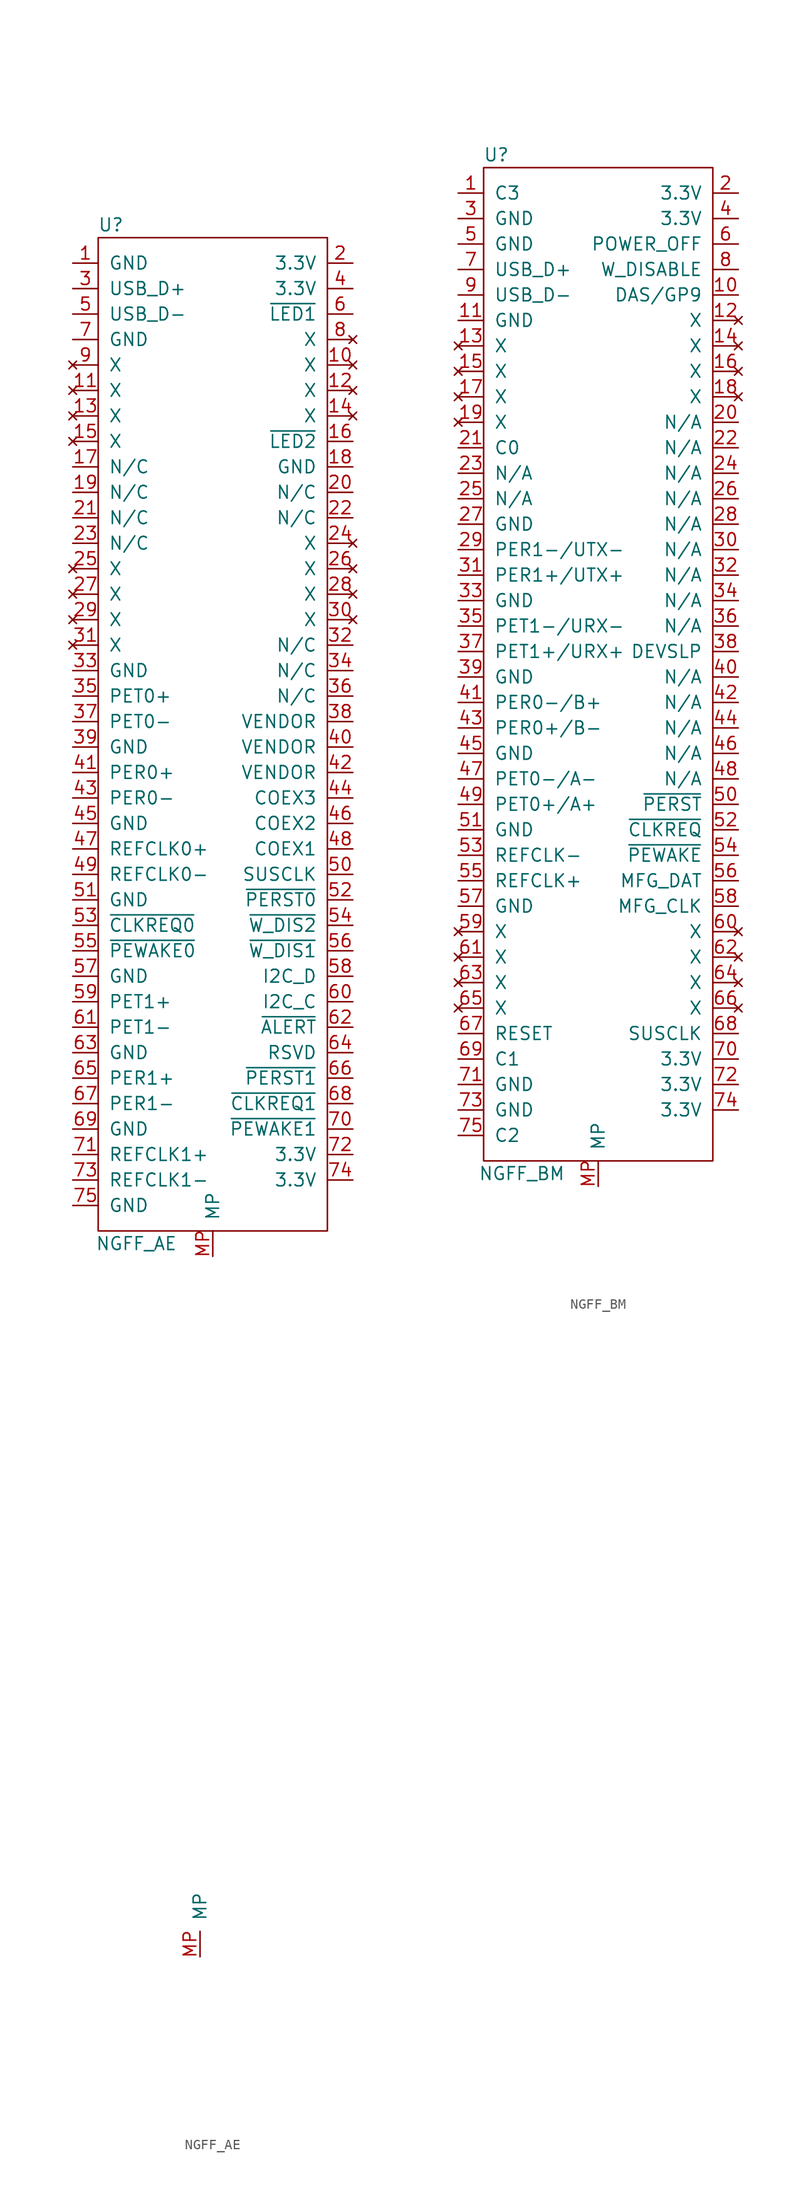
<source format=kicad_sym>
(kicad_symbol_lib
  (version 20211014)
  (generator kicad_symbol_editor)
  (symbol "NGFF_AE"
    (pin_names
      (offset 1.016))
    (property "Reference" "U"
      (at -10.16 35.56 0)
      (effects (font (size 1.27 1.27))))
    (property "Value" "NGFF_AE"
      (at -7.62 -66.04 0)
      (effects (font (size 1.27 1.27))))
    (symbol "NGFF_AE_0_1"
      (rectangle (start -11.43 34.29) (end 11.43 -64.77) (stroke (width 0) (type default) (color 0 0 0 0)) (fill (type none))))
    (symbol "NGFF_AE_1_1"
      (pin input line (at -13.97 31.75 0) (length 2.54) (name "GND" (effects (font (size 1.27 1.27)))) (number "1" (effects (font (size 1.27 1.27)))))
      (pin no_connect line (at 13.97 21.59 180) (length 2.54) (name "X" (effects (font (size 1.27 1.27)))) (number "10" (effects (font (size 1.27 1.27)))))
      (pin no_connect line (at -13.97 19.05 0) (length 2.54) (name "X" (effects (font (size 1.27 1.27)))) (number "11" (effects (font (size 1.27 1.27)))))
      (pin no_connect line (at 13.97 19.05 180) (length 2.54) (name "X" (effects (font (size 1.27 1.27)))) (number "12" (effects (font (size 1.27 1.27)))))
      (pin no_connect line (at -13.97 16.51 0) (length 2.54) (name "X" (effects (font (size 1.27 1.27)))) (number "13" (effects (font (size 1.27 1.27)))))
      (pin no_connect line (at 13.97 16.51 180) (length 2.54) (name "X" (effects (font (size 1.27 1.27)))) (number "14" (effects (font (size 1.27 1.27)))))
      (pin no_connect line (at -13.97 13.97 0) (length 2.54) (name "X" (effects (font (size 1.27 1.27)))) (number "15" (effects (font (size 1.27 1.27)))))
      (pin input line (at 13.97 13.97 180) (length 2.54) (name "~{LED2}" (effects (font (size 1.27 1.27)))) (number "16" (effects (font (size 1.27 1.27)))))
      (pin input line (at -13.97 11.43 0) (length 2.54) (name "N/C" (effects (font (size 1.27 1.27)))) (number "17" (effects (font (size 1.27 1.27)))))
      (pin input line (at 13.97 11.43 180) (length 2.54) (name "GND" (effects (font (size 1.27 1.27)))) (number "18" (effects (font (size 1.27 1.27)))))
      (pin input line (at -13.97 8.89 0) (length 2.54) (name "N/C" (effects (font (size 1.27 1.27)))) (number "19" (effects (font (size 1.27 1.27)))))
      (pin input line (at 13.97 31.75 180) (length 2.54) (name "3.3V" (effects (font (size 1.27 1.27)))) (number "2" (effects (font (size 1.27 1.27)))))
      (pin input line (at 13.97 8.89 180) (length 2.54) (name "N/C" (effects (font (size 1.27 1.27)))) (number "20" (effects (font (size 1.27 1.27)))))
      (pin input line (at -13.97 6.35 0) (length 2.54) (name "N/C" (effects (font (size 1.27 1.27)))) (number "21" (effects (font (size 1.27 1.27)))))
      (pin input line (at 13.97 6.35 180) (length 2.54) (name "N/C" (effects (font (size 1.27 1.27)))) (number "22" (effects (font (size 1.27 1.27)))))
      (pin input line (at -13.97 3.81 0) (length 2.54) (name "N/C" (effects (font (size 1.27 1.27)))) (number "23" (effects (font (size 1.27 1.27)))))
      (pin no_connect line (at 13.97 3.81 180) (length 2.54) (name "X" (effects (font (size 1.27 1.27)))) (number "24" (effects (font (size 1.27 1.27)))))
      (pin no_connect line (at -13.97 1.27 0) (length 2.54) (name "X" (effects (font (size 1.27 1.27)))) (number "25" (effects (font (size 1.27 1.27)))))
      (pin no_connect line (at 13.97 1.27 180) (length 2.54) (name "X" (effects (font (size 1.27 1.27)))) (number "26" (effects (font (size 1.27 1.27)))))
      (pin no_connect line (at -13.97 -1.27 0) (length 2.54) (name "X" (effects (font (size 1.27 1.27)))) (number "27" (effects (font (size 1.27 1.27)))))
      (pin no_connect line (at 13.97 -1.27 180) (length 2.54) (name "X" (effects (font (size 1.27 1.27)))) (number "28" (effects (font (size 1.27 1.27)))))
      (pin no_connect line (at -13.97 -3.81 0) (length 2.54) (name "X" (effects (font (size 1.27 1.27)))) (number "29" (effects (font (size 1.27 1.27)))))
      (pin input line (at -13.97 29.21 0) (length 2.54) (name "USB_D+" (effects (font (size 1.27 1.27)))) (number "3" (effects (font (size 1.27 1.27)))))
      (pin no_connect line (at 13.97 -3.81 180) (length 2.54) (name "X" (effects (font (size 1.27 1.27)))) (number "30" (effects (font (size 1.27 1.27)))))
      (pin no_connect line (at -13.97 -6.35 0) (length 2.54) (name "X" (effects (font (size 1.27 1.27)))) (number "31" (effects (font (size 1.27 1.27)))))
      (pin input line (at 13.97 -6.35 180) (length 2.54) (name "N/C" (effects (font (size 1.27 1.27)))) (number "32" (effects (font (size 1.27 1.27)))))
      (pin input line (at -13.97 -8.89 0) (length 2.54) (name "GND" (effects (font (size 1.27 1.27)))) (number "33" (effects (font (size 1.27 1.27)))))
      (pin input line (at 13.97 -8.89 180) (length 2.54) (name "N/C" (effects (font (size 1.27 1.27)))) (number "34" (effects (font (size 1.27 1.27)))))
      (pin input line (at -13.97 -11.43 0) (length 2.54) (name "PET0+" (effects (font (size 1.27 1.27)))) (number "35" (effects (font (size 1.27 1.27)))))
      (pin input line (at 13.97 -11.43 180) (length 2.54) (name "N/C" (effects (font (size 1.27 1.27)))) (number "36" (effects (font (size 1.27 1.27)))))
      (pin input line (at -13.97 -13.97 0) (length 2.54) (name "PET0-" (effects (font (size 1.27 1.27)))) (number "37" (effects (font (size 1.27 1.27)))))
      (pin input line (at 13.97 -13.97 180) (length 2.54) (name "VENDOR" (effects (font (size 1.27 1.27)))) (number "38" (effects (font (size 1.27 1.27)))))
      (pin input line (at -13.97 -16.51 0) (length 2.54) (name "GND" (effects (font (size 1.27 1.27)))) (number "39" (effects (font (size 1.27 1.27)))))
      (pin input line (at 13.97 29.21 180) (length 2.54) (name "3.3V" (effects (font (size 1.27 1.27)))) (number "4" (effects (font (size 1.27 1.27)))))
      (pin input line (at 13.97 -16.51 180) (length 2.54) (name "VENDOR" (effects (font (size 1.27 1.27)))) (number "40" (effects (font (size 1.27 1.27)))))
      (pin input line (at -13.97 -19.05 0) (length 2.54) (name "PER0+" (effects (font (size 1.27 1.27)))) (number "41" (effects (font (size 1.27 1.27)))))
      (pin input line (at 13.97 -19.05 180) (length 2.54) (name "VENDOR" (effects (font (size 1.27 1.27)))) (number "42" (effects (font (size 1.27 1.27)))))
      (pin input line (at -13.97 -21.59 0) (length 2.54) (name "PER0-" (effects (font (size 1.27 1.27)))) (number "43" (effects (font (size 1.27 1.27)))))
      (pin input line (at 13.97 -21.59 180) (length 2.54) (name "COEX3" (effects (font (size 1.27 1.27)))) (number "44" (effects (font (size 1.27 1.27)))))
      (pin input line (at -13.97 -24.13 0) (length 2.54) (name "GND" (effects (font (size 1.27 1.27)))) (number "45" (effects (font (size 1.27 1.27)))))
      (pin input line (at 13.97 -24.13 180) (length 2.54) (name "COEX2" (effects (font (size 1.27 1.27)))) (number "46" (effects (font (size 1.27 1.27)))))
      (pin input line (at -13.97 -26.67 0) (length 2.54) (name "REFCLK0+" (effects (font (size 1.27 1.27)))) (number "47" (effects (font (size 1.27 1.27)))))
      (pin input line (at 13.97 -26.67 180) (length 2.54) (name "COEX1" (effects (font (size 1.27 1.27)))) (number "48" (effects (font (size 1.27 1.27)))))
      (pin input line (at -13.97 -29.21 0) (length 2.54) (name "REFCLK0-" (effects (font (size 1.27 1.27)))) (number "49" (effects (font (size 1.27 1.27)))))
      (pin input line (at -13.97 26.67 0) (length 2.54) (name "USB_D-" (effects (font (size 1.27 1.27)))) (number "5" (effects (font (size 1.27 1.27)))))
      (pin input line (at 13.97 -29.21 180) (length 2.54) (name "SUSCLK" (effects (font (size 1.27 1.27)))) (number "50" (effects (font (size 1.27 1.27)))))
      (pin input line (at -13.97 -31.75 0) (length 2.54) (name "GND" (effects (font (size 1.27 1.27)))) (number "51" (effects (font (size 1.27 1.27)))))
      (pin input line (at 13.97 -31.75 180) (length 2.54) (name "~{PERST0}" (effects (font (size 1.27 1.27)))) (number "52" (effects (font (size 1.27 1.27)))))
      (pin input line (at -13.97 -34.29 0) (length 2.54) (name "~{CLKREQ0}" (effects (font (size 1.27 1.27)))) (number "53" (effects (font (size 1.27 1.27)))))
      (pin input line (at 13.97 -34.29 180) (length 2.54) (name "~{W_DIS2}" (effects (font (size 1.27 1.27)))) (number "54" (effects (font (size 1.27 1.27)))))
      (pin input line (at -13.97 -36.83 0) (length 2.54) (name "~{PEWAKE0}" (effects (font (size 1.27 1.27)))) (number "55" (effects (font (size 1.27 1.27)))))
      (pin input line (at 13.97 -36.83 180) (length 2.54) (name "~{W_DIS1}" (effects (font (size 1.27 1.27)))) (number "56" (effects (font (size 1.27 1.27)))))
      (pin input line (at -13.97 -39.37 0) (length 2.54) (name "GND" (effects (font (size 1.27 1.27)))) (number "57" (effects (font (size 1.27 1.27)))))
      (pin input line (at 13.97 -39.37 180) (length 2.54) (name "I2C_D" (effects (font (size 1.27 1.27)))) (number "58" (effects (font (size 1.27 1.27)))))
      (pin input line (at -13.97 -41.91 0) (length 2.54) (name "PET1+" (effects (font (size 1.27 1.27)))) (number "59" (effects (font (size 1.27 1.27)))))
      (pin input line (at 13.97 26.67 180) (length 2.54) (name "~{LED1}" (effects (font (size 1.27 1.27)))) (number "6" (effects (font (size 1.27 1.27)))))
      (pin input line (at 13.97 -41.91 180) (length 2.54) (name "I2C_C" (effects (font (size 1.27 1.27)))) (number "60" (effects (font (size 1.27 1.27)))))
      (pin input line (at -13.97 -44.45 0) (length 2.54) (name "PET1-" (effects (font (size 1.27 1.27)))) (number "61" (effects (font (size 1.27 1.27)))))
      (pin input line (at 13.97 -44.45 180) (length 2.54) (name "~{ALERT}" (effects (font (size 1.27 1.27)))) (number "62" (effects (font (size 1.27 1.27)))))
      (pin input line (at -13.97 -46.99 0) (length 2.54) (name "GND" (effects (font (size 1.27 1.27)))) (number "63" (effects (font (size 1.27 1.27)))))
      (pin input line (at 13.97 -46.99 180) (length 2.54) (name "RSVD" (effects (font (size 1.27 1.27)))) (number "64" (effects (font (size 1.27 1.27)))))
      (pin input line (at -13.97 -49.53 0) (length 2.54) (name "PER1+" (effects (font (size 1.27 1.27)))) (number "65" (effects (font (size 1.27 1.27)))))
      (pin input line (at 13.97 -49.53 180) (length 2.54) (name "~{PERST1}" (effects (font (size 1.27 1.27)))) (number "66" (effects (font (size 1.27 1.27)))))
      (pin input line (at -13.97 -52.07 0) (length 2.54) (name "PER1-" (effects (font (size 1.27 1.27)))) (number "67" (effects (font (size 1.27 1.27)))))
      (pin input line (at 13.97 -52.07 180) (length 2.54) (name "~{CLKREQ1}" (effects (font (size 1.27 1.27)))) (number "68" (effects (font (size 1.27 1.27)))))
      (pin input line (at -13.97 -54.61 0) (length 2.54) (name "GND" (effects (font (size 1.27 1.27)))) (number "69" (effects (font (size 1.27 1.27)))))
      (pin input line (at -13.97 24.13 0) (length 2.54) (name "GND" (effects (font (size 1.27 1.27)))) (number "7" (effects (font (size 1.27 1.27)))))
      (pin input line (at 13.97 -54.61 180) (length 2.54) (name "~{PEWAKE1}" (effects (font (size 1.27 1.27)))) (number "70" (effects (font (size 1.27 1.27)))))
      (pin input line (at -13.97 -57.15 0) (length 2.54) (name "REFCLK1+" (effects (font (size 1.27 1.27)))) (number "71" (effects (font (size 1.27 1.27)))))
      (pin input line (at 13.97 -57.15 180) (length 2.54) (name "3.3V" (effects (font (size 1.27 1.27)))) (number "72" (effects (font (size 1.27 1.27)))))
      (pin input line (at -13.97 -59.69 0) (length 2.54) (name "REFCLK1-" (effects (font (size 1.27 1.27)))) (number "73" (effects (font (size 1.27 1.27)))))
      (pin input line (at 13.97 -59.69 180) (length 2.54) (name "3.3V" (effects (font (size 1.27 1.27)))) (number "74" (effects (font (size 1.27 1.27)))))
      (pin input line (at -13.97 -62.23 0) (length 2.54) (name "GND" (effects (font (size 1.27 1.27)))) (number "75" (effects (font (size 1.27 1.27)))))
      (pin no_connect line (at 13.97 24.13 180) (length 2.54) (name "X" (effects (font (size 1.27 1.27)))) (number "8" (effects (font (size 1.27 1.27)))))
      (pin no_connect line (at -13.97 21.59 0) (length 2.54) (name "X" (effects (font (size 1.27 1.27)))) (number "9" (effects (font (size 1.27 1.27)))))
      (pin input line (at -1.27 -137.16 90) (length 2.54) (name "MP" (effects (font (size 1.27 1.27)))) (number "MP" (effects (font (size 1.27 1.27)))))
      (pin input line (at 0 -67.31 90) (length 2.54) (name "MP" (effects (font (size 1.27 1.27)))) (number "MP" (effects (font (size 1.27 1.27)))))))
  (symbol "NGFF_BM"
    (pin_names
      (offset 1.016))
    (property "Reference" "U"
      (at -10.16 35.56 0)
      (effects (font (size 1.27 1.27))))
    (property "Value" "NGFF_BM"
      (at -7.62 -66.04 0)
      (effects (font (size 1.27 1.27))))
    (symbol "NGFF_BM_0_1"
      (rectangle (start -11.43 34.29) (end 11.43 -64.77) (stroke (width 0) (type default) (color 0 0 0 0)) (fill (type none))))
    (symbol "NGFF_BM_1_1"
      (pin input line (at -13.97 31.75 0) (length 2.54) (name "C3" (effects (font (size 1.27 1.27)))) (number "1" (effects (font (size 1.27 1.27)))))
      (pin input line (at 13.97 21.59 180) (length 2.54) (name "DAS/GP9" (effects (font (size 1.27 1.27)))) (number "10" (effects (font (size 1.27 1.27)))))
      (pin input line (at -13.97 19.05 0) (length 2.54) (name "GND" (effects (font (size 1.27 1.27)))) (number "11" (effects (font (size 1.27 1.27)))))
      (pin no_connect line (at 13.97 19.05 180) (length 2.54) (name "X" (effects (font (size 1.27 1.27)))) (number "12" (effects (font (size 1.27 1.27)))))
      (pin no_connect line (at -13.97 16.51 0) (length 2.54) (name "X" (effects (font (size 1.27 1.27)))) (number "13" (effects (font (size 1.27 1.27)))))
      (pin no_connect line (at 13.97 16.51 180) (length 2.54) (name "X" (effects (font (size 1.27 1.27)))) (number "14" (effects (font (size 1.27 1.27)))))
      (pin no_connect line (at -13.97 13.97 0) (length 2.54) (name "X" (effects (font (size 1.27 1.27)))) (number "15" (effects (font (size 1.27 1.27)))))
      (pin no_connect line (at 13.97 13.97 180) (length 2.54) (name "X" (effects (font (size 1.27 1.27)))) (number "16" (effects (font (size 1.27 1.27)))))
      (pin no_connect line (at -13.97 11.43 0) (length 2.54) (name "X" (effects (font (size 1.27 1.27)))) (number "17" (effects (font (size 1.27 1.27)))))
      (pin no_connect line (at 13.97 11.43 180) (length 2.54) (name "X" (effects (font (size 1.27 1.27)))) (number "18" (effects (font (size 1.27 1.27)))))
      (pin no_connect line (at -13.97 8.89 0) (length 2.54) (name "X" (effects (font (size 1.27 1.27)))) (number "19" (effects (font (size 1.27 1.27)))))
      (pin input line (at 13.97 31.75 180) (length 2.54) (name "3.3V" (effects (font (size 1.27 1.27)))) (number "2" (effects (font (size 1.27 1.27)))))
      (pin input line (at 13.97 8.89 180) (length 2.54) (name "N/A" (effects (font (size 1.27 1.27)))) (number "20" (effects (font (size 1.27 1.27)))))
      (pin input line (at -13.97 6.35 0) (length 2.54) (name "C0" (effects (font (size 1.27 1.27)))) (number "21" (effects (font (size 1.27 1.27)))))
      (pin input line (at 13.97 6.35 180) (length 2.54) (name "N/A" (effects (font (size 1.27 1.27)))) (number "22" (effects (font (size 1.27 1.27)))))
      (pin input line (at -13.97 3.81 0) (length 2.54) (name "N/A" (effects (font (size 1.27 1.27)))) (number "23" (effects (font (size 1.27 1.27)))))
      (pin input line (at 13.97 3.81 180) (length 2.54) (name "N/A" (effects (font (size 1.27 1.27)))) (number "24" (effects (font (size 1.27 1.27)))))
      (pin input line (at -13.97 1.27 0) (length 2.54) (name "N/A" (effects (font (size 1.27 1.27)))) (number "25" (effects (font (size 1.27 1.27)))))
      (pin input line (at 13.97 1.27 180) (length 2.54) (name "N/A" (effects (font (size 1.27 1.27)))) (number "26" (effects (font (size 1.27 1.27)))))
      (pin input line (at -13.97 -1.27 0) (length 2.54) (name "GND" (effects (font (size 1.27 1.27)))) (number "27" (effects (font (size 1.27 1.27)))))
      (pin input line (at 13.97 -1.27 180) (length 2.54) (name "N/A" (effects (font (size 1.27 1.27)))) (number "28" (effects (font (size 1.27 1.27)))))
      (pin input line (at -13.97 -3.81 0) (length 2.54) (name "PER1-/UTX-" (effects (font (size 1.27 1.27)))) (number "29" (effects (font (size 1.27 1.27)))))
      (pin input line (at -13.97 29.21 0) (length 2.54) (name "GND" (effects (font (size 1.27 1.27)))) (number "3" (effects (font (size 1.27 1.27)))))
      (pin input line (at 13.97 -3.81 180) (length 2.54) (name "N/A" (effects (font (size 1.27 1.27)))) (number "30" (effects (font (size 1.27 1.27)))))
      (pin input line (at -13.97 -6.35 0) (length 2.54) (name "PER1+/UTX+" (effects (font (size 1.27 1.27)))) (number "31" (effects (font (size 1.27 1.27)))))
      (pin input line (at 13.97 -6.35 180) (length 2.54) (name "N/A" (effects (font (size 1.27 1.27)))) (number "32" (effects (font (size 1.27 1.27)))))
      (pin input line (at -13.97 -8.89 0) (length 2.54) (name "GND" (effects (font (size 1.27 1.27)))) (number "33" (effects (font (size 1.27 1.27)))))
      (pin input line (at 13.97 -8.89 180) (length 2.54) (name "N/A" (effects (font (size 1.27 1.27)))) (number "34" (effects (font (size 1.27 1.27)))))
      (pin input line (at -13.97 -11.43 0) (length 2.54) (name "PET1-/URX-" (effects (font (size 1.27 1.27)))) (number "35" (effects (font (size 1.27 1.27)))))
      (pin input line (at 13.97 -11.43 180) (length 2.54) (name "N/A" (effects (font (size 1.27 1.27)))) (number "36" (effects (font (size 1.27 1.27)))))
      (pin input line (at -13.97 -13.97 0) (length 2.54) (name "PET1+/URX+" (effects (font (size 1.27 1.27)))) (number "37" (effects (font (size 1.27 1.27)))))
      (pin input line (at 13.97 -13.97 180) (length 2.54) (name "DEVSLP" (effects (font (size 1.27 1.27)))) (number "38" (effects (font (size 1.27 1.27)))))
      (pin input line (at -13.97 -16.51 0) (length 2.54) (name "GND" (effects (font (size 1.27 1.27)))) (number "39" (effects (font (size 1.27 1.27)))))
      (pin input line (at 13.97 29.21 180) (length 2.54) (name "3.3V" (effects (font (size 1.27 1.27)))) (number "4" (effects (font (size 1.27 1.27)))))
      (pin input line (at 13.97 -16.51 180) (length 2.54) (name "N/A" (effects (font (size 1.27 1.27)))) (number "40" (effects (font (size 1.27 1.27)))))
      (pin input line (at -13.97 -19.05 0) (length 2.54) (name "PER0-/B+" (effects (font (size 1.27 1.27)))) (number "41" (effects (font (size 1.27 1.27)))))
      (pin input line (at 13.97 -19.05 180) (length 2.54) (name "N/A" (effects (font (size 1.27 1.27)))) (number "42" (effects (font (size 1.27 1.27)))))
      (pin input line (at -13.97 -21.59 0) (length 2.54) (name "PER0+/B-" (effects (font (size 1.27 1.27)))) (number "43" (effects (font (size 1.27 1.27)))))
      (pin input line (at 13.97 -21.59 180) (length 2.54) (name "N/A" (effects (font (size 1.27 1.27)))) (number "44" (effects (font (size 1.27 1.27)))))
      (pin input line (at -13.97 -24.13 0) (length 2.54) (name "GND" (effects (font (size 1.27 1.27)))) (number "45" (effects (font (size 1.27 1.27)))))
      (pin input line (at 13.97 -24.13 180) (length 2.54) (name "N/A" (effects (font (size 1.27 1.27)))) (number "46" (effects (font (size 1.27 1.27)))))
      (pin input line (at -13.97 -26.67 0) (length 2.54) (name "PET0-/A-" (effects (font (size 1.27 1.27)))) (number "47" (effects (font (size 1.27 1.27)))))
      (pin input line (at 13.97 -26.67 180) (length 2.54) (name "N/A" (effects (font (size 1.27 1.27)))) (number "48" (effects (font (size 1.27 1.27)))))
      (pin input line (at -13.97 -29.21 0) (length 2.54) (name "PET0+/A+" (effects (font (size 1.27 1.27)))) (number "49" (effects (font (size 1.27 1.27)))))
      (pin input line (at -13.97 26.67 0) (length 2.54) (name "GND" (effects (font (size 1.27 1.27)))) (number "5" (effects (font (size 1.27 1.27)))))
      (pin input line (at 13.97 -29.21 180) (length 2.54) (name "~{PERST}" (effects (font (size 1.27 1.27)))) (number "50" (effects (font (size 1.27 1.27)))))
      (pin input line (at -13.97 -31.75 0) (length 2.54) (name "GND" (effects (font (size 1.27 1.27)))) (number "51" (effects (font (size 1.27 1.27)))))
      (pin input line (at 13.97 -31.75 180) (length 2.54) (name "~{CLKREQ}" (effects (font (size 1.27 1.27)))) (number "52" (effects (font (size 1.27 1.27)))))
      (pin input line (at -13.97 -34.29 0) (length 2.54) (name "REFCLK-" (effects (font (size 1.27 1.27)))) (number "53" (effects (font (size 1.27 1.27)))))
      (pin input line (at 13.97 -34.29 180) (length 2.54) (name "~{PEWAKE}" (effects (font (size 1.27 1.27)))) (number "54" (effects (font (size 1.27 1.27)))))
      (pin input line (at -13.97 -36.83 0) (length 2.54) (name "REFCLK+" (effects (font (size 1.27 1.27)))) (number "55" (effects (font (size 1.27 1.27)))))
      (pin input line (at 13.97 -36.83 180) (length 2.54) (name "MFG_DAT" (effects (font (size 1.27 1.27)))) (number "56" (effects (font (size 1.27 1.27)))))
      (pin input line (at -13.97 -39.37 0) (length 2.54) (name "GND" (effects (font (size 1.27 1.27)))) (number "57" (effects (font (size 1.27 1.27)))))
      (pin input line (at 13.97 -39.37 180) (length 2.54) (name "MFG_CLK" (effects (font (size 1.27 1.27)))) (number "58" (effects (font (size 1.27 1.27)))))
      (pin no_connect line (at -13.97 -41.91 0) (length 2.54) (name "X" (effects (font (size 1.27 1.27)))) (number "59" (effects (font (size 1.27 1.27)))))
      (pin input line (at 13.97 26.67 180) (length 2.54) (name "POWER_OFF" (effects (font (size 1.27 1.27)))) (number "6" (effects (font (size 1.27 1.27)))))
      (pin no_connect line (at 13.97 -41.91 180) (length 2.54) (name "X" (effects (font (size 1.27 1.27)))) (number "60" (effects (font (size 1.27 1.27)))))
      (pin no_connect line (at -13.97 -44.45 0) (length 2.54) (name "X" (effects (font (size 1.27 1.27)))) (number "61" (effects (font (size 1.27 1.27)))))
      (pin no_connect line (at 13.97 -44.45 180) (length 2.54) (name "X" (effects (font (size 1.27 1.27)))) (number "62" (effects (font (size 1.27 1.27)))))
      (pin no_connect line (at -13.97 -46.99 0) (length 2.54) (name "X" (effects (font (size 1.27 1.27)))) (number "63" (effects (font (size 1.27 1.27)))))
      (pin no_connect line (at 13.97 -46.99 180) (length 2.54) (name "X" (effects (font (size 1.27 1.27)))) (number "64" (effects (font (size 1.27 1.27)))))
      (pin no_connect line (at -13.97 -49.53 0) (length 2.54) (name "X" (effects (font (size 1.27 1.27)))) (number "65" (effects (font (size 1.27 1.27)))))
      (pin no_connect line (at 13.97 -49.53 180) (length 2.54) (name "X" (effects (font (size 1.27 1.27)))) (number "66" (effects (font (size 1.27 1.27)))))
      (pin input line (at -13.97 -52.07 0) (length 2.54) (name "RESET" (effects (font (size 1.27 1.27)))) (number "67" (effects (font (size 1.27 1.27)))))
      (pin input line (at 13.97 -52.07 180) (length 2.54) (name "SUSCLK" (effects (font (size 1.27 1.27)))) (number "68" (effects (font (size 1.27 1.27)))))
      (pin input line (at -13.97 -54.61 0) (length 2.54) (name "C1" (effects (font (size 1.27 1.27)))) (number "69" (effects (font (size 1.27 1.27)))))
      (pin input line (at -13.97 24.13 0) (length 2.54) (name "USB_D+" (effects (font (size 1.27 1.27)))) (number "7" (effects (font (size 1.27 1.27)))))
      (pin input line (at 13.97 -54.61 180) (length 2.54) (name "3.3V" (effects (font (size 1.27 1.27)))) (number "70" (effects (font (size 1.27 1.27)))))
      (pin input line (at -13.97 -57.15 0) (length 2.54) (name "GND" (effects (font (size 1.27 1.27)))) (number "71" (effects (font (size 1.27 1.27)))))
      (pin input line (at 13.97 -57.15 180) (length 2.54) (name "3.3V" (effects (font (size 1.27 1.27)))) (number "72" (effects (font (size 1.27 1.27)))))
      (pin input line (at -13.97 -59.69 0) (length 2.54) (name "GND" (effects (font (size 1.27 1.27)))) (number "73" (effects (font (size 1.27 1.27)))))
      (pin input line (at 13.97 -59.69 180) (length 2.54) (name "3.3V" (effects (font (size 1.27 1.27)))) (number "74" (effects (font (size 1.27 1.27)))))
      (pin input line (at -13.97 -62.23 0) (length 2.54) (name "C2" (effects (font (size 1.27 1.27)))) (number "75" (effects (font (size 1.27 1.27)))))
      (pin input line (at 13.97 24.13 180) (length 2.54) (name "W_DISABLE" (effects (font (size 1.27 1.27)))) (number "8" (effects (font (size 1.27 1.27)))))
      (pin input line (at -13.97 21.59 0) (length 2.54) (name "USB_D-" (effects (font (size 1.27 1.27)))) (number "9" (effects (font (size 1.27 1.27)))))
      (pin input line (at 0 -67.31 90) (length 2.54) (name "MP" (effects (font (size 1.27 1.27)))) (number "MP" (effects (font (size 1.27 1.27))))))))
</source>
